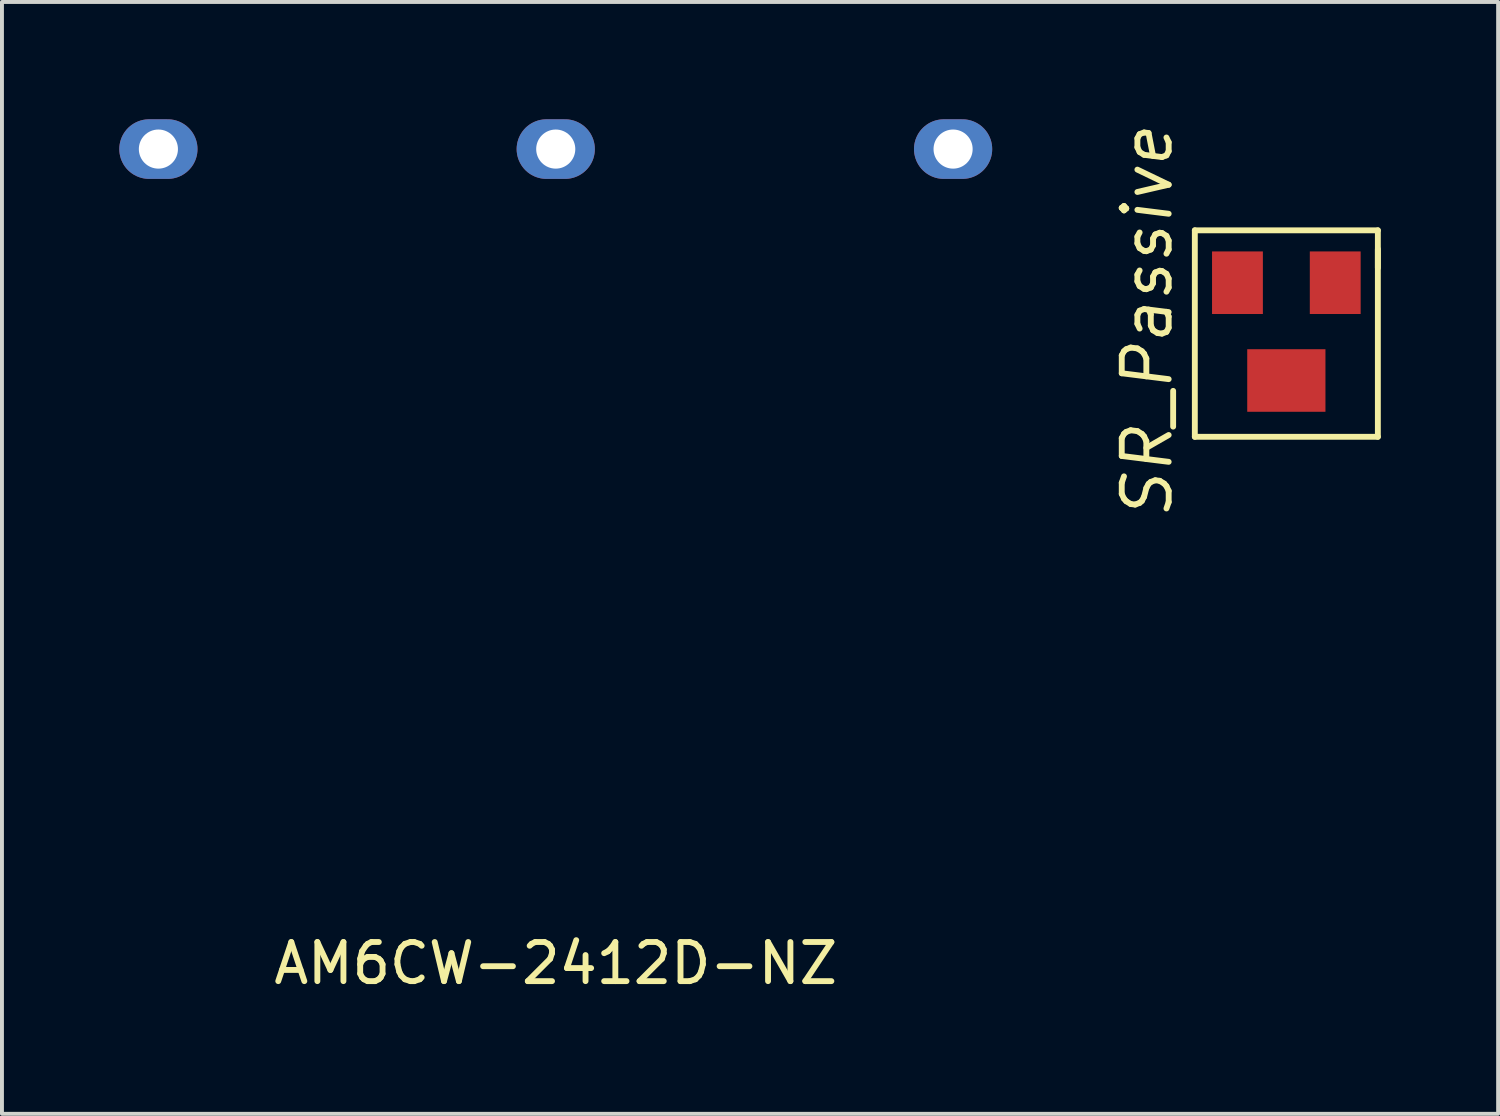
<source format=kicad_pcb>
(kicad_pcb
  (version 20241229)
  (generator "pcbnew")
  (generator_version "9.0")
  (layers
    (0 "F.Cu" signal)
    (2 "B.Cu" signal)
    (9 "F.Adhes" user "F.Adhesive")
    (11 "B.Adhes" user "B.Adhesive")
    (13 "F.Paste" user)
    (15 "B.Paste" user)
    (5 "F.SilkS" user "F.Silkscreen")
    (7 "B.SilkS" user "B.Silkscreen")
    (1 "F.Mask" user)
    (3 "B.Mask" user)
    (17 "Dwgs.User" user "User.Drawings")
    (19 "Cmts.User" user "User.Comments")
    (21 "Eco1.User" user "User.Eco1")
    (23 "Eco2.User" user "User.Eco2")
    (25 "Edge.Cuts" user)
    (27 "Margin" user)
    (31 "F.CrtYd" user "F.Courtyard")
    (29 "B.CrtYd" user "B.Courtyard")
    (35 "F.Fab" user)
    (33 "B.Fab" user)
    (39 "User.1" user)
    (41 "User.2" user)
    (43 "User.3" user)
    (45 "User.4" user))
  (footprint "AM6CW-2412D-NZ"
    (layer "F.Cu")
    (at 11.16 21.082)
    (property "Reference" "AM6CW-2412D-NZ" (at 0 0.5 0) (layer "F.SilkS") (effects (font (size 1 1) (thickness 0.15))))
    (attr through_hole)
    (pad "3" thru_hole oval (at -10.16 -20.32) (size 2 1.524) (drill 1) (layers "*.Cu" "*.Mask"))
    (pad "4" thru_hole oval (at 0 -20.32) (size 2 1.524) (drill 1) (layers "*.Cu" "*.Mask"))
    (pad "5" thru_hole oval (at 10.16 -20.32) (size 2 1.524) (drill 1) (layers "*.Cu" "*.Mask")))
  (footprint "SR_Passive"
    (layer "F.Cu")
    (at 29.841 6.679)
    (property "Reference" "SR_Passive" (at -3.556 -1.499 90) (layer "F.SilkS") (effects (font (size 1.2 1.2) (thickness 0.15) (italic yes))))
    (attr through_hole)
    (fp_line (start -2.34 -3.84) (end -2.34 1.44) (stroke (width 0.15) (type solid)) (layer "F.SilkS"))
    (fp_line (start -2.34 -3.84) (end 2.34 -3.84) (stroke (width 0.15) (type solid)) (layer "F.SilkS"))
    (fp_line (start 2.34 -3.84) (end 2.34 -2.88) (stroke (width 0.15) (type solid)) (layer "F.SilkS"))
    (fp_line (start 2.34 -3.36) (end 2.34 1.44) (stroke (width 0.15) (type solid)) (layer "F.SilkS"))
    (fp_line (start 2.34 1.44) (end -2.34 1.44) (stroke (width 0.15) (type solid)) (layer "F.SilkS"))
    (pad "1" smd rect (at 1.25 -2.5) (size 1.3 1.6) (layers "F.Cu" "F.Mask" "F.Paste"))
    (pad "2" smd rect (at 0 0) (size 2 1.6) (layers "F.Cu" "F.Mask" "F.Paste"))
    (pad "3" smd rect (at -1.25 -2.5) (size 1.3 1.6) (layers "F.Cu" "F.Mask" "F.Paste")))
  (gr_rect
    (start -3 -3)
    (end 35.256 25.43)
    (stroke (width 0.1) (type default))
    (fill no)
    (layer "Edge.Cuts")))
</source>
